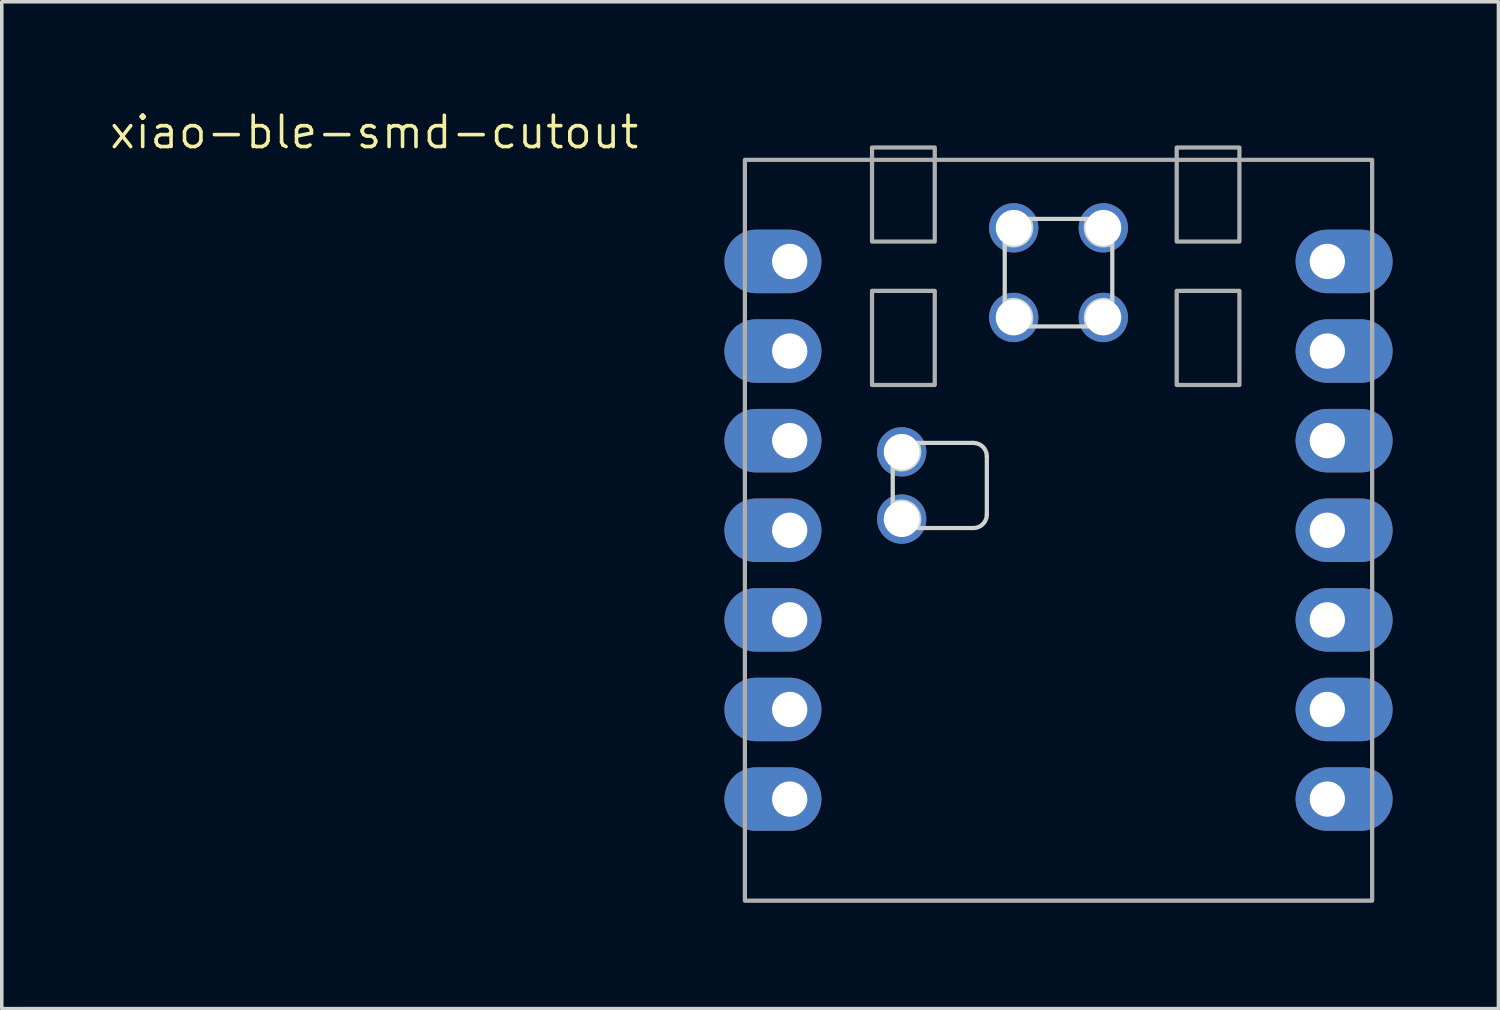
<source format=kicad_pcb>
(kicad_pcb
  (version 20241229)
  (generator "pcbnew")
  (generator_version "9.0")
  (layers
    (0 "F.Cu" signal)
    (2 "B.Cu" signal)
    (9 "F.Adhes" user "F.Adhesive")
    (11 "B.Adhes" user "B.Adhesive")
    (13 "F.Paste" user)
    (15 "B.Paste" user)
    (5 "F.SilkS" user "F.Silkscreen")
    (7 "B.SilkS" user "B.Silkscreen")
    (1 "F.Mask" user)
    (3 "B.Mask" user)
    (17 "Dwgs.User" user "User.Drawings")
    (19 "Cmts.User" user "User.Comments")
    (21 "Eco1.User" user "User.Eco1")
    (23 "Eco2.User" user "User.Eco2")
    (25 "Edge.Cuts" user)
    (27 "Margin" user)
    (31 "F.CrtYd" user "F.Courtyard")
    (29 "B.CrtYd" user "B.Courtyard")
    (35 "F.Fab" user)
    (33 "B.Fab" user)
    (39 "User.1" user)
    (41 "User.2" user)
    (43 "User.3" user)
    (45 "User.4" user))
  (footprint "xiao-ble-smd-cutout"
    (layer "F.Cu")
    (at 26.955 11.981)
    (property "Reference" "xiao-ble-smd-cutout" (at -19.399 -11.283 0) (layer "F.SilkS") (effects (font (size 0.889 0.889) (thickness 0.102))))
    (attr smd exclude_from_pos_files)
    (fp_line (start -4.699 -0.749) (end -4.699 -1.79) (stroke (width 0.12) (type solid)) (layer "Edge.Cuts"))
    (fp_line (start -4.013 -2.476) (end -2.413 -2.476) (stroke (width 0.12) (type solid)) (layer "Edge.Cuts"))
    (fp_line (start -2.413 -0.063) (end -4.013 -0.063) (stroke (width 0.12) (type solid)) (layer "Edge.Cuts"))
    (fp_line (start -2.032 -2.095) (end -2.032 -0.444) (stroke (width 0.12) (type solid)) (layer "Edge.Cuts"))
    (fp_line (start -1.524 -6.464) (end -1.524 -8.14) (stroke (width 0.12) (type solid)) (layer "Edge.Cuts"))
    (fp_line (start -0.838 -8.826) (end 0.838 -8.826) (stroke (width 0.12) (type solid)) (layer "Edge.Cuts"))
    (fp_line (start -0.838 -5.778) (end 0.838 -5.778) (stroke (width 0.12) (type solid)) (layer "Edge.Cuts"))
    (fp_line (start 1.524 -6.464) (end 1.524 -8.14) (stroke (width 0.12) (type solid)) (layer "Edge.Cuts"))
    (fp_arc (start -4.699 -0.7488) (mid -4.095391 -0.666609) (end -4.0132 -0.063) (stroke (width 0.12) (type solid)) (layer "Edge.Cuts"))
    (fp_arc (start -4.0132 -2.476) (mid -4.095391 -1.872391) (end -4.699 -1.7902) (stroke (width 0.12) (type solid)) (layer "Edge.Cuts"))
    (fp_arc (start -2.413 -2.476) (mid -2.143592 -2.364408) (end -2.032 -2.095) (stroke (width 0.12) (type solid)) (layer "Edge.Cuts"))
    (fp_arc (start -2.032 -0.444) (mid -2.143592 -0.174592) (end -2.413 -0.063) (stroke (width 0.12) (type solid)) (layer "Edge.Cuts"))
    (fp_arc (start -1.524 -6.4638) (mid -0.920391 -6.381609) (end -0.8382 -5.778) (stroke (width 0.12) (type solid)) (layer "Edge.Cuts"))
    (fp_arc (start -0.8382 -8.826) (mid -0.920391 -8.222391) (end -1.524 -8.1402) (stroke (width 0.12) (type solid)) (layer "Edge.Cuts"))
    (fp_arc (start 0.8382 -5.778) (mid 0.920391 -6.381609) (end 1.524 -6.4638) (stroke (width 0.12) (type solid)) (layer "Edge.Cuts"))
    (fp_arc (start 1.524 -8.1402) (mid 0.920391 -8.222391) (end 0.8382 -8.826) (stroke (width 0.12) (type solid)) (layer "Edge.Cuts"))
    (fp_rect (start -8.89 10.5) (end 8.89 -10.5) (stroke (width 0.12) (type solid)) (fill no) (layer "F.Fab"))
    (fp_rect (start -5.286 -6.786) (end -3.508 -4.119) (stroke (width 0.12) (type solid)) (fill no) (layer "F.Fab"))
    (fp_rect (start -3.508 -8.183) (end -5.286 -10.85) (stroke (width 0.12) (type solid)) (fill no) (layer "F.Fab"))
    (fp_rect (start 3.35 -10.85) (end 5.128 -8.183) (stroke (width 0.12) (type solid)) (fill no) (layer "F.Fab"))
    (fp_rect (start 3.35 -6.786) (end 5.128 -4.119) (stroke (width 0.12) (type solid)) (fill no) (layer "F.Fab"))
    (pad "1" thru_hole oval (at -7.62 -7.62) (size 2.75 1.8) (drill 1 (offset -0.475 0)) (layers "*.Cu" "*.Mask"))
    (pad "2" thru_hole oval (at -7.62 -5.08) (size 2.75 1.8) (drill 1 (offset -0.475 0)) (layers "*.Cu" "*.Mask"))
    (pad "3" thru_hole oval (at -7.62 -2.54) (size 2.75 1.8) (drill 1 (offset -0.475 0)) (layers "*.Cu" "*.Mask"))
    (pad "4" thru_hole oval (at -7.62 0) (size 2.75 1.8) (drill 1 (offset -0.475 0)) (layers "*.Cu" "*.Mask"))
    (pad "5" thru_hole oval (at -7.62 2.54) (size 2.75 1.8) (drill 1 (offset -0.475 0)) (layers "*.Cu" "*.Mask"))
    (pad "6" thru_hole oval (at -7.62 5.08) (size 2.75 1.8) (drill 1 (offset -0.475 0)) (layers "*.Cu" "*.Mask"))
    (pad "7" thru_hole oval (at -7.62 7.62) (size 2.75 1.8) (drill 1 (offset -0.475 0)) (layers "*.Cu" "*.Mask"))
    (pad "8" thru_hole oval (at 7.62 7.62 180) (size 2.75 1.8) (drill 1 (offset -0.475 0)) (layers "*.Cu" "*.Mask"))
    (pad "9" thru_hole oval (at 7.62 5.08 180) (size 2.75 1.8) (drill 1 (offset -0.475 0)) (layers "*.Cu" "*.Mask"))
    (pad "10" thru_hole oval (at 7.62 2.54 180) (size 2.75 1.8) (drill 1 (offset -0.475 0)) (layers "*.Cu" "*.Mask"))
    (pad "11" thru_hole oval (at 7.62 0 180) (size 2.75 1.8) (drill 1 (offset -0.475 0)) (layers "*.Cu" "*.Mask"))
    (pad "12" thru_hole oval (at 7.62 -2.54 180) (size 2.75 1.8) (drill 1 (offset -0.475 0)) (layers "*.Cu" "*.Mask"))
    (pad "13" thru_hole oval (at 7.62 -5.08 180) (size 2.75 1.8) (drill 1 (offset -0.475 0)) (layers "*.Cu" "*.Mask"))
    (pad "14" thru_hole oval (at 7.62 -7.62 180) (size 2.75 1.8) (drill 1 (offset -0.475 0)) (layers "*.Cu" "*.Mask"))
    (pad "15" thru_hole circle (at -1.27 -8.572 90) (size 1.397 1.397) (drill 1.016) (layers "*.Cu" "*.Mask"))
    (pad "16" thru_hole circle (at 1.27 -8.572 90) (size 1.397 1.397) (drill 1.016) (layers "*.Cu" "*.Mask"))
    (pad "17" thru_hole circle (at -1.27 -6.032 90) (size 1.397 1.397) (drill 1.016) (layers "*.Cu" "*.Mask"))
    (pad "18" thru_hole circle (at 1.27 -6.032 90) (size 1.397 1.397) (drill 1.016) (layers "*.Cu" "*.Mask"))
    (pad "19" thru_hole circle (at -4.445 -0.317 180) (size 1.397 1.397) (drill 1.016) (layers "*.Cu" "*.Mask"))
    (pad "20" thru_hole circle (at -4.445 -2.222 180) (size 1.397 1.397) (drill 1.016) (layers "*.Cu" "*.Mask")))
  (gr_rect
    (start -3 -3)
    (end 39.425 25.541)
    (stroke (width 0.1) (type default))
    (fill no)
    (layer "Edge.Cuts")))
</source>
